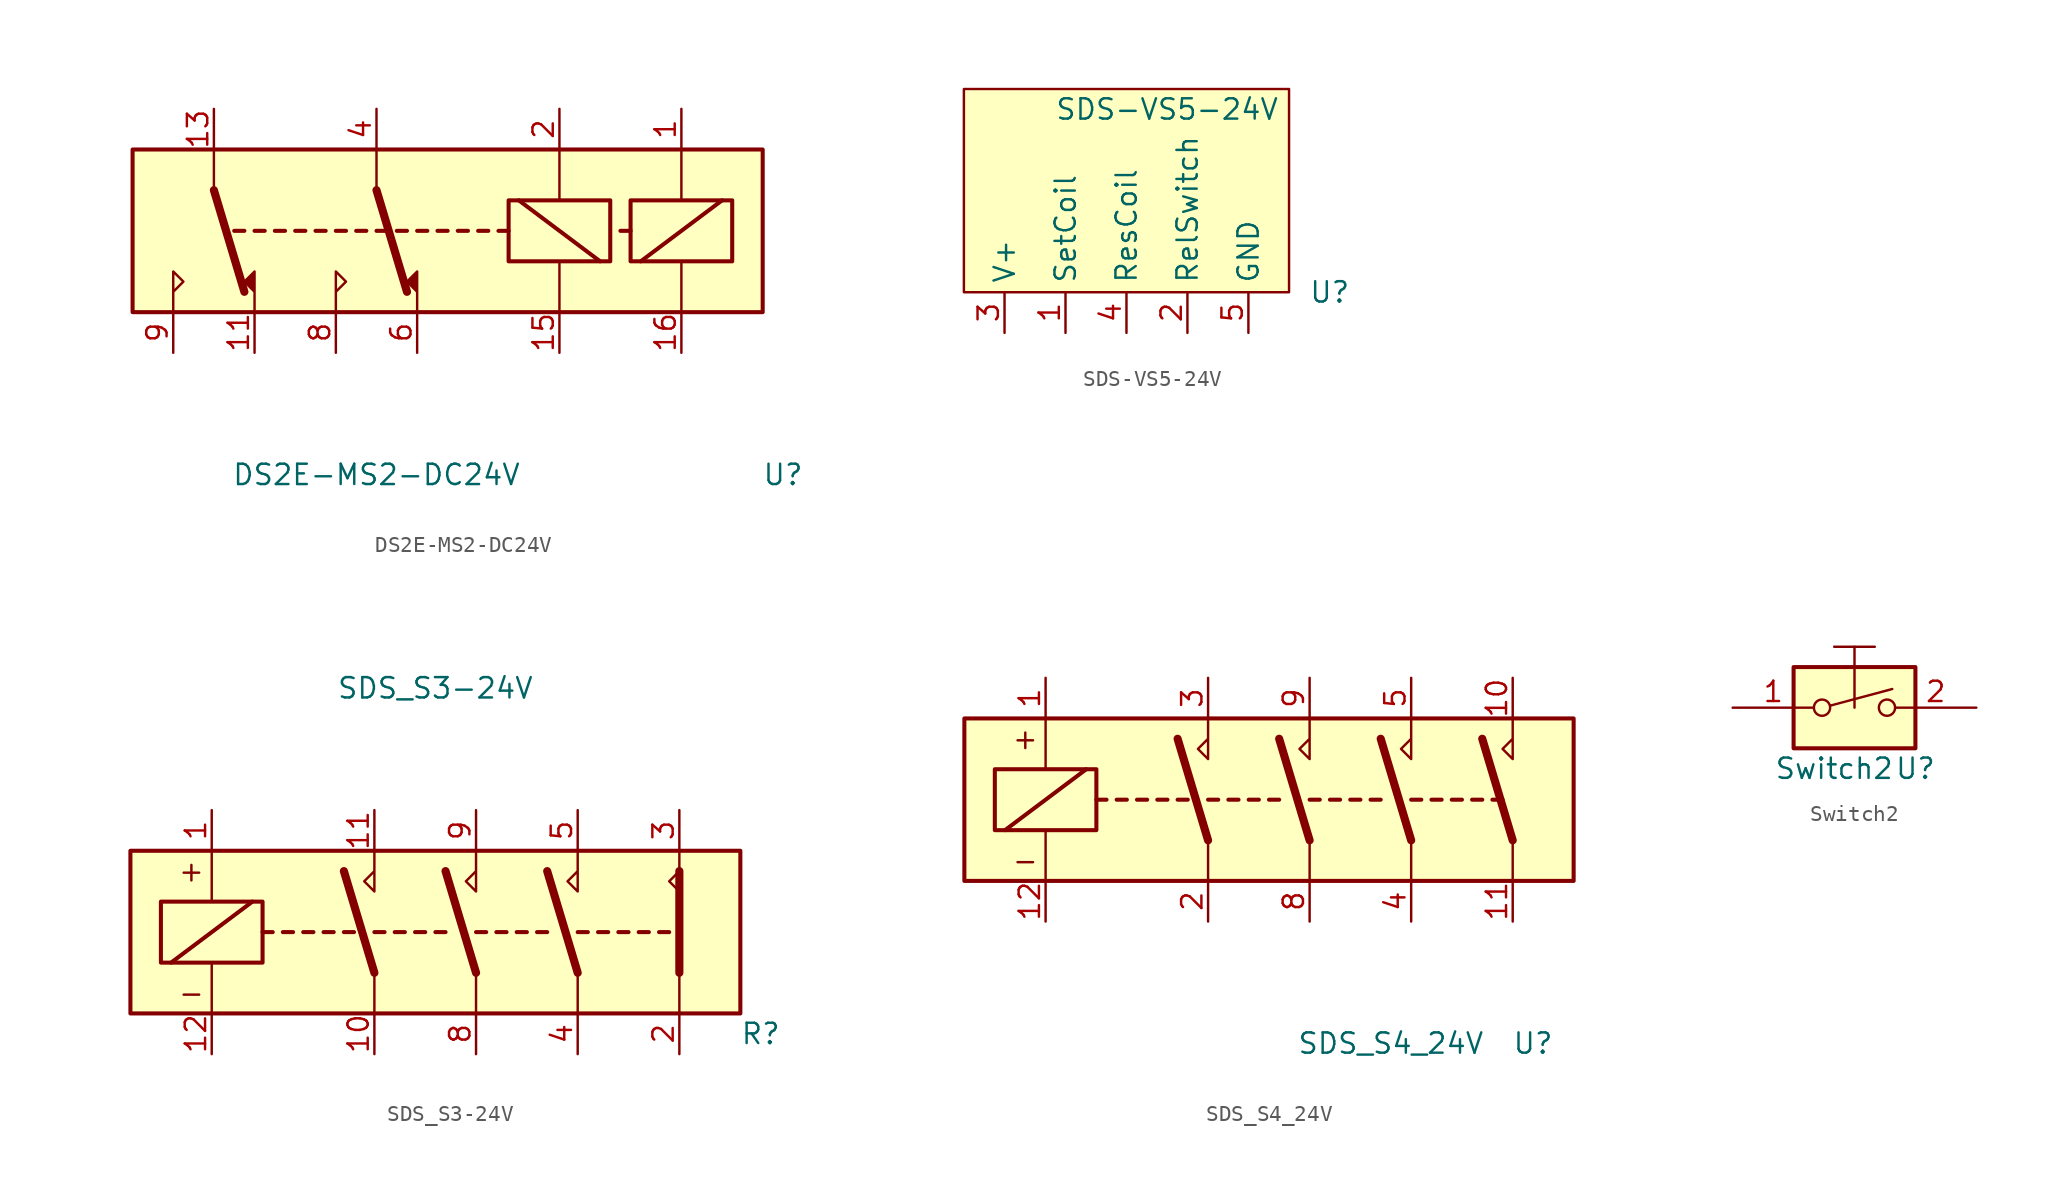
<source format=kicad_sym>
(kicad_symbol_lib
  (version 20211014)
  (generator kicad_symbol_editor)
  (symbol "DS2E-MS2-DC24V"
    (property "Reference" "U"
      (at 20.32 0 0)
      (effects (font (size 1.27 1.27))))
    (property "Value" "DS2E-MS2-DC24V"
      (at -5.08 0 0)
      (effects (font (size 1.27 1.27))))
    (symbol "DS2E-MS2-DC24V_1_1"
      (rectangle (start -20.32 20.32) (end 19.05 10.16) (stroke (width 0.254) (type default) (color 0 0 0 0)) (fill (type background)))
      (polyline (pts (xy -15.24 17.78) (xy -15.24 20.32)) (stroke (width 0) (type default) (color 0 0 0 0)) (fill (type none)))
      (polyline (pts (xy -15.24 17.78) (xy -13.335 11.43)) (stroke (width 0.508) (type default) (color 0 0 0 0)) (fill (type none)))
      (polyline (pts (xy -13.335 15.24) (xy -13.97 15.24)) (stroke (width 0.254) (type default) (color 0 0 0 0)) (fill (type none)))
      (polyline (pts (xy -12.065 15.24) (xy -12.7 15.24)) (stroke (width 0.254) (type default) (color 0 0 0 0)) (fill (type none)))
      (polyline (pts (xy -10.795 15.24) (xy -11.43 15.24)) (stroke (width 0.254) (type default) (color 0 0 0 0)) (fill (type none)))
      (polyline (pts (xy -9.525 15.24) (xy -10.16 15.24)) (stroke (width 0.254) (type default) (color 0 0 0 0)) (fill (type none)))
      (polyline (pts (xy -8.255 15.24) (xy -8.89 15.24)) (stroke (width 0.254) (type default) (color 0 0 0 0)) (fill (type none)))
      (polyline (pts (xy -6.985 15.24) (xy -7.62 15.24)) (stroke (width 0.254) (type default) (color 0 0 0 0)) (fill (type none)))
      (polyline (pts (xy -5.715 15.24) (xy -6.35 15.24)) (stroke (width 0.254) (type default) (color 0 0 0 0)) (fill (type none)))
      (polyline (pts (xy -5.08 17.78) (xy -5.08 20.32)) (stroke (width 0) (type default) (color 0 0 0 0)) (fill (type none)))
      (polyline (pts (xy -5.08 17.78) (xy -3.175 11.43)) (stroke (width 0.508) (type default) (color 0 0 0 0)) (fill (type none)))
      (polyline (pts (xy -4.445 15.24) (xy -5.08 15.24)) (stroke (width 0.254) (type default) (color 0 0 0 0)) (fill (type none)))
      (polyline (pts (xy -3.175 15.24) (xy -3.81 15.24)) (stroke (width 0.254) (type default) (color 0 0 0 0)) (fill (type none)))
      (polyline (pts (xy -1.905 15.24) (xy -2.54 15.24)) (stroke (width 0.254) (type default) (color 0 0 0 0)) (fill (type none)))
      (polyline (pts (xy -0.635 15.24) (xy -1.27 15.24)) (stroke (width 0.254) (type default) (color 0 0 0 0)) (fill (type none)))
      (polyline (pts (xy 0.635 15.24) (xy 0 15.24)) (stroke (width 0.254) (type default) (color 0 0 0 0)) (fill (type none)))
      (polyline (pts (xy 1.905 15.24) (xy 1.27 15.24)) (stroke (width 0.254) (type default) (color 0 0 0 0)) (fill (type none)))
      (polyline (pts (xy 3.175 15.24) (xy 2.54 15.24)) (stroke (width 0.254) (type default) (color 0 0 0 0)) (fill (type none)))
      (polyline (pts (xy 3.81 17.145) (xy 8.89 13.335)) (stroke (width 0.254) (type default) (color 0 0 0 0)) (fill (type none)))
      (polyline (pts (xy 6.35 10.16) (xy 6.35 13.335)) (stroke (width 0) (type default) (color 0 0 0 0)) (fill (type none)))
      (polyline (pts (xy 6.35 20.32) (xy 6.35 17.145)) (stroke (width 0) (type default) (color 0 0 0 0)) (fill (type none)))
      (polyline (pts (xy 10.795 15.24) (xy 10.16 15.24)) (stroke (width 0.254) (type default) (color 0 0 0 0)) (fill (type none)))
      (polyline (pts (xy 13.97 10.16) (xy 13.97 13.335)) (stroke (width 0) (type default) (color 0 0 0 0)) (fill (type none)))
      (polyline (pts (xy 13.97 20.32) (xy 13.97 17.145)) (stroke (width 0) (type default) (color 0 0 0 0)) (fill (type none)))
      (polyline (pts (xy 16.51 17.145) (xy 11.43 13.335)) (stroke (width 0.254) (type default) (color 0 0 0 0)) (fill (type none)))
      (polyline (pts (xy -17.78 10.16) (xy -17.78 12.7) (xy -17.145 12.065) (xy -17.78 11.43)) (stroke (width 0) (type default) (color 0 0 0 0)) (fill (type none)))
      (polyline (pts (xy -12.7 10.16) (xy -12.7 12.7) (xy -13.335 12.065) (xy -12.7 11.43)) (stroke (width 0) (type default) (color 0 0 0 0)) (fill (type outline)))
      (polyline (pts (xy -7.62 10.16) (xy -7.62 12.7) (xy -6.985 12.065) (xy -7.62 11.43)) (stroke (width 0) (type default) (color 0 0 0 0)) (fill (type none)))
      (polyline (pts (xy -2.54 10.16) (xy -2.54 12.7) (xy -3.175 12.065) (xy -2.54 11.43)) (stroke (width 0) (type default) (color 0 0 0 0)) (fill (type outline)))
      (rectangle (start 9.525 13.335) (end 3.175 17.145) (stroke (width 0.254) (type default) (color 0 0 0 0)) (fill (type none)))
      (rectangle (start 17.145 13.335) (end 10.795 17.145) (stroke (width 0.254) (type default) (color 0 0 0 0)) (fill (type none)))
      (pin passive line (at 13.97 22.86 270) (length 2.54) (name "~" (effects (font (size 1.27 1.27)))) (number "1" (effects (font (size 1.27 1.27)))))
      (pin passive line (at -12.7 7.62 90) (length 2.54) (name "~" (effects (font (size 1.27 1.27)))) (number "11" (effects (font (size 1.27 1.27)))))
      (pin passive line (at -15.24 22.86 270) (length 2.54) (name "" (effects (font (size 1.27 1.27)))) (number "13" (effects (font (size 1.27 1.27)))))
      (pin passive line (at 6.35 7.62 90) (length 2.54) (name "" (effects (font (size 1.27 1.27)))) (number "15" (effects (font (size 1.27 1.27)))))
      (pin passive line (at 13.97 7.62 90) (length 2.54) (name "" (effects (font (size 1.27 1.27)))) (number "16" (effects (font (size 1.27 1.27)))))
      (pin passive line (at 6.35 22.86 270) (length 2.54) (name "" (effects (font (size 1.27 1.27)))) (number "2" (effects (font (size 1.27 1.27)))))
      (pin passive line (at -5.08 22.86 270) (length 2.54) (name "~" (effects (font (size 1.27 1.27)))) (number "4" (effects (font (size 1.27 1.27)))))
      (pin passive line (at -2.54 7.62 90) (length 2.54) (name "" (effects (font (size 1.27 1.27)))) (number "6" (effects (font (size 1.27 1.27)))))
      (pin passive line (at -7.62 7.62 90) (length 2.54) (name "" (effects (font (size 1.27 1.27)))) (number "8" (effects (font (size 1.27 1.27)))))
      (pin passive line (at -17.78 7.62 90) (length 2.54) (name "" (effects (font (size 1.27 1.27)))) (number "9" (effects (font (size 1.27 1.27)))))))
  (symbol "SDS-VS5-24V"
    (property "Reference" "U"
      (at 12.7 -1.27 0)
      (effects (font (size 1.27 1.27))))
    (property "Value" "SDS-VS5-24V"
      (at 2.54 10.16 0)
      (effects (font (size 1.27 1.27))))
    (symbol "SDS-VS5-24V_0_1"
      (rectangle (start -10.16 11.43) (end 10.16 -1.27) (stroke (width 0) (type default) (color 0 0 0 0)) (fill (type background))))
    (symbol "SDS-VS5-24V_1_1"
      (pin passive line (at -3.81 -3.81 90) (length 2.54) (name "SetCoil" (effects (font (size 1.27 1.27)))) (number "1" (effects (font (size 1.27 1.27)))))
      (pin passive line (at 3.81 -3.81 90) (length 2.54) (name "RelSwitch" (effects (font (size 1.27 1.27)))) (number "2" (effects (font (size 1.27 1.27)))))
      (pin passive line (at -7.62 -3.81 90) (length 2.54) (name "V+" (effects (font (size 1.27 1.27)))) (number "3" (effects (font (size 1.27 1.27)))))
      (pin passive line (at 0 -3.81 90) (length 2.54) (name "ResCoil" (effects (font (size 1.27 1.27)))) (number "4" (effects (font (size 1.27 1.27)))))
      (pin passive line (at 7.62 -3.81 90) (length 2.54) (name "GND" (effects (font (size 1.27 1.27)))) (number "5" (effects (font (size 1.27 1.27)))))))
  (symbol "SDS_S3-24V"
    (property "Reference" "R"
      (at 27.94 -24.13 0)
      (effects (font (size 1.27 1.27))))
    (property "Value" "SDS_S3-24V"
      (at 7.62 -2.54 0)
      (effects (font (size 1.27 1.27))))
    (symbol "SDS_S3-24V_0_0"
      (polyline (pts (xy 3.81 -12.7) (xy 3.81 -15.24) (xy 3.175 -14.605) (xy 3.81 -13.97)) (stroke (width 0) (type default) (color 0 0 0 0)) (fill (type none)))
      (polyline (pts (xy 10.16 -12.7) (xy 10.16 -15.24) (xy 9.525 -14.605) (xy 10.16 -13.97)) (stroke (width 0) (type default) (color 0 0 0 0)) (fill (type none)))
      (polyline (pts (xy 16.51 -12.7) (xy 16.51 -15.24) (xy 15.875 -14.605) (xy 16.51 -13.97)) (stroke (width 0) (type default) (color 0 0 0 0)) (fill (type none)))
      (polyline (pts (xy 22.86 -12.7) (xy 22.86 -15.24) (xy 22.225 -14.605) (xy 22.86 -13.97)) (stroke (width 0) (type default) (color 0 0 0 0)) (fill (type none)))
      (text "+" (at -7.62 -13.97 0) (effects (font (size 1.27 1.27))))
      (text "-" (at -7.62 -21.59 0) (effects (font (size 1.27 1.27)))))
    (symbol "SDS_S3-24V_0_1"
      (rectangle (start -11.43 -12.7) (end 26.67 -22.86) (stroke (width 0.254) (type default) (color 0 0 0 0)) (fill (type background)))
      (rectangle (start -9.525 -15.875) (end -3.175 -19.685) (stroke (width 0.254) (type default) (color 0 0 0 0)) (fill (type none)))
      (polyline (pts (xy -8.89 -19.685) (xy -3.81 -15.875)) (stroke (width 0.254) (type default) (color 0 0 0 0)) (fill (type none)))
      (polyline (pts (xy -6.35 -22.86) (xy -6.35 -19.685)) (stroke (width 0) (type default) (color 0 0 0 0)) (fill (type none)))
      (polyline (pts (xy -6.35 -12.7) (xy -6.35 -15.875)) (stroke (width 0) (type default) (color 0 0 0 0)) (fill (type none)))
      (polyline (pts (xy -3.175 -17.78) (xy -2.54 -17.78)) (stroke (width 0.254) (type default) (color 0 0 0 0)) (fill (type none)))
      (polyline (pts (xy -1.905 -17.78) (xy -1.27 -17.78)) (stroke (width 0.254) (type default) (color 0 0 0 0)) (fill (type none)))
      (polyline (pts (xy -0.635 -17.78) (xy 0 -17.78)) (stroke (width 0.254) (type default) (color 0 0 0 0)) (fill (type none)))
      (polyline (pts (xy 0.635 -17.78) (xy 1.27 -17.78)) (stroke (width 0.254) (type default) (color 0 0 0 0)) (fill (type none)))
      (polyline (pts (xy 1.905 -17.78) (xy 2.54 -17.78)) (stroke (width 0.254) (type default) (color 0 0 0 0)) (fill (type none)))
      (polyline (pts (xy 3.81 -20.32) (xy 1.905 -13.97)) (stroke (width 0.508) (type default) (color 0 0 0 0)) (fill (type none)))
      (polyline (pts (xy 3.81 -20.32) (xy 3.81 -22.86)) (stroke (width 0) (type default) (color 0 0 0 0)) (fill (type none)))
      (polyline (pts (xy 3.81 -17.78) (xy 4.445 -17.78)) (stroke (width 0.254) (type default) (color 0 0 0 0)) (fill (type none)))
      (polyline (pts (xy 5.08 -17.78) (xy 5.715 -17.78)) (stroke (width 0.254) (type default) (color 0 0 0 0)) (fill (type none)))
      (polyline (pts (xy 6.35 -17.78) (xy 6.985 -17.78)) (stroke (width 0.254) (type default) (color 0 0 0 0)) (fill (type none)))
      (polyline (pts (xy 7.62 -17.78) (xy 8.255 -17.78)) (stroke (width 0.254) (type default) (color 0 0 0 0)) (fill (type none)))
      (polyline (pts (xy 10.16 -20.32) (xy 8.255 -13.97)) (stroke (width 0.508) (type default) (color 0 0 0 0)) (fill (type none)))
      (polyline (pts (xy 10.16 -20.32) (xy 10.16 -22.86)) (stroke (width 0) (type default) (color 0 0 0 0)) (fill (type none)))
      (polyline (pts (xy 10.16 -17.78) (xy 10.795 -17.78)) (stroke (width 0.254) (type default) (color 0 0 0 0)) (fill (type none)))
      (polyline (pts (xy 11.43 -17.78) (xy 12.065 -17.78)) (stroke (width 0.254) (type default) (color 0 0 0 0)) (fill (type none)))
      (polyline (pts (xy 12.7 -17.78) (xy 13.335 -17.78)) (stroke (width 0.254) (type default) (color 0 0 0 0)) (fill (type none)))
      (polyline (pts (xy 13.97 -17.78) (xy 14.605 -17.78)) (stroke (width 0.254) (type default) (color 0 0 0 0)) (fill (type none)))
      (polyline (pts (xy 16.51 -20.32) (xy 14.605 -13.97)) (stroke (width 0.508) (type default) (color 0 0 0 0)) (fill (type none)))
      (polyline (pts (xy 16.51 -20.32) (xy 16.51 -22.86)) (stroke (width 0) (type default) (color 0 0 0 0)) (fill (type none)))
      (polyline (pts (xy 16.51 -17.78) (xy 17.145 -17.78)) (stroke (width 0.254) (type default) (color 0 0 0 0)) (fill (type none)))
      (polyline (pts (xy 17.78 -17.78) (xy 18.415 -17.78)) (stroke (width 0.254) (type default) (color 0 0 0 0)) (fill (type none)))
      (polyline (pts (xy 19.05 -17.78) (xy 19.685 -17.78)) (stroke (width 0.254) (type default) (color 0 0 0 0)) (fill (type none)))
      (polyline (pts (xy 20.32 -17.78) (xy 20.955 -17.78)) (stroke (width 0.254) (type default) (color 0 0 0 0)) (fill (type none)))
      (polyline (pts (xy 21.59 -17.78) (xy 22.225 -17.78)) (stroke (width 0.254) (type default) (color 0 0 0 0)) (fill (type none)))
      (polyline (pts (xy 22.86 -20.32) (xy 22.86 -22.86)) (stroke (width 0) (type default) (color 0 0 0 0)) (fill (type none)))
      (polyline (pts (xy 22.86 -20.32) (xy 22.86 -13.97)) (stroke (width 0.508) (type default) (color 0 0 0 0)) (fill (type none))))
    (symbol "SDS_S3-24V_1_1"
      (pin passive line (at -6.35 -10.16 270) (length 2.54) (name "~" (effects (font (size 1.27 1.27)))) (number "1" (effects (font (size 1.27 1.27)))))
      (pin passive line (at 3.81 -25.4 90) (length 2.54) (name "" (effects (font (size 1.27 1.27)))) (number "10" (effects (font (size 1.27 1.27)))))
      (pin passive line (at 3.81 -10.16 270) (length 2.54) (name "" (effects (font (size 1.27 1.27)))) (number "11" (effects (font (size 1.27 1.27)))))
      (pin passive line (at -6.35 -25.4 90) (length 2.54) (name "~" (effects (font (size 1.27 1.27)))) (number "12" (effects (font (size 1.27 1.27)))))
      (pin passive line (at 22.86 -25.4 90) (length 2.54) (name "" (effects (font (size 1.27 1.27)))) (number "2" (effects (font (size 1.27 1.27)))))
      (pin passive line (at 22.86 -10.16 270) (length 2.54) (name "" (effects (font (size 1.27 1.27)))) (number "3" (effects (font (size 1.27 1.27)))))
      (pin passive line (at 16.51 -25.4 90) (length 2.54) (name "" (effects (font (size 1.27 1.27)))) (number "4" (effects (font (size 1.27 1.27)))))
      (pin passive line (at 16.51 -10.16 270) (length 2.54) (name "" (effects (font (size 1.27 1.27)))) (number "5" (effects (font (size 1.27 1.27)))))
      (pin passive line (at 10.16 -25.4 90) (length 2.54) (name "" (effects (font (size 1.27 1.27)))) (number "8" (effects (font (size 1.27 1.27)))))
      (pin passive line (at 10.16 -10.16 270) (length 2.54) (name "" (effects (font (size 1.27 1.27)))) (number "9" (effects (font (size 1.27 1.27)))))))
  (symbol "SDS_S4_24V"
    (property "Reference" "U"
      (at 21.59 0 0)
      (effects (font (size 1.27 1.27))))
    (property "Value" "SDS_S4_24V"
      (at 12.7 0 0)
      (effects (font (size 1.27 1.27))))
    (symbol "SDS_S4_24V_0_0"
      (polyline (pts (xy 1.27 20.32) (xy 1.27 17.78) (xy 0.635 18.415) (xy 1.27 19.05)) (stroke (width 0) (type default) (color 0 0 0 0)) (fill (type none)))
      (polyline (pts (xy 7.62 20.32) (xy 7.62 17.78) (xy 6.985 18.415) (xy 7.62 19.05)) (stroke (width 0) (type default) (color 0 0 0 0)) (fill (type none)))
      (polyline (pts (xy 13.97 20.32) (xy 13.97 17.78) (xy 13.335 18.415) (xy 13.97 19.05)) (stroke (width 0) (type default) (color 0 0 0 0)) (fill (type none)))
      (polyline (pts (xy 20.32 20.32) (xy 20.32 17.78) (xy 19.685 18.415) (xy 20.32 19.05)) (stroke (width 0) (type default) (color 0 0 0 0)) (fill (type none)))
      (text "+" (at -10.16 19.05 0) (effects (font (size 1.27 1.27))))
      (text "-" (at -10.16 11.43 0) (effects (font (size 1.27 1.27)))))
    (symbol "SDS_S4_24V_0_1"
      (rectangle (start -13.97 20.32) (end 24.13 10.16) (stroke (width 0.254) (type default) (color 0 0 0 0)) (fill (type background)))
      (rectangle (start -12.065 17.145) (end -5.715 13.335) (stroke (width 0.254) (type default) (color 0 0 0 0)) (fill (type none)))
      (polyline (pts (xy -11.43 13.335) (xy -6.35 17.145)) (stroke (width 0.254) (type default) (color 0 0 0 0)) (fill (type none)))
      (polyline (pts (xy -8.89 10.16) (xy -8.89 13.335)) (stroke (width 0) (type default) (color 0 0 0 0)) (fill (type none)))
      (polyline (pts (xy -8.89 20.32) (xy -8.89 17.145)) (stroke (width 0) (type default) (color 0 0 0 0)) (fill (type none)))
      (polyline (pts (xy -5.715 15.24) (xy -5.08 15.24)) (stroke (width 0.254) (type default) (color 0 0 0 0)) (fill (type none)))
      (polyline (pts (xy -4.445 15.24) (xy -3.81 15.24)) (stroke (width 0.254) (type default) (color 0 0 0 0)) (fill (type none)))
      (polyline (pts (xy -3.175 15.24) (xy -2.54 15.24)) (stroke (width 0.254) (type default) (color 0 0 0 0)) (fill (type none)))
      (polyline (pts (xy -1.905 15.24) (xy -1.27 15.24)) (stroke (width 0.254) (type default) (color 0 0 0 0)) (fill (type none)))
      (polyline (pts (xy -0.635 15.24) (xy 0 15.24)) (stroke (width 0.254) (type default) (color 0 0 0 0)) (fill (type none)))
      (polyline (pts (xy 1.27 12.7) (xy -0.635 19.05)) (stroke (width 0.508) (type default) (color 0 0 0 0)) (fill (type none)))
      (polyline (pts (xy 1.27 12.7) (xy 1.27 10.16)) (stroke (width 0) (type default) (color 0 0 0 0)) (fill (type none)))
      (polyline (pts (xy 1.27 15.24) (xy 1.905 15.24)) (stroke (width 0.254) (type default) (color 0 0 0 0)) (fill (type none)))
      (polyline (pts (xy 2.54 15.24) (xy 3.175 15.24)) (stroke (width 0.254) (type default) (color 0 0 0 0)) (fill (type none)))
      (polyline (pts (xy 3.81 15.24) (xy 4.445 15.24)) (stroke (width 0.254) (type default) (color 0 0 0 0)) (fill (type none)))
      (polyline (pts (xy 5.08 15.24) (xy 5.715 15.24)) (stroke (width 0.254) (type default) (color 0 0 0 0)) (fill (type none)))
      (polyline (pts (xy 7.62 12.7) (xy 5.715 19.05)) (stroke (width 0.508) (type default) (color 0 0 0 0)) (fill (type none)))
      (polyline (pts (xy 7.62 12.7) (xy 7.62 10.16)) (stroke (width 0) (type default) (color 0 0 0 0)) (fill (type none)))
      (polyline (pts (xy 7.62 15.24) (xy 8.255 15.24)) (stroke (width 0.254) (type default) (color 0 0 0 0)) (fill (type none)))
      (polyline (pts (xy 8.89 15.24) (xy 9.525 15.24)) (stroke (width 0.254) (type default) (color 0 0 0 0)) (fill (type none)))
      (polyline (pts (xy 10.16 15.24) (xy 10.795 15.24)) (stroke (width 0.254) (type default) (color 0 0 0 0)) (fill (type none)))
      (polyline (pts (xy 11.43 15.24) (xy 12.065 15.24)) (stroke (width 0.254) (type default) (color 0 0 0 0)) (fill (type none)))
      (polyline (pts (xy 13.97 12.7) (xy 12.065 19.05)) (stroke (width 0.508) (type default) (color 0 0 0 0)) (fill (type none)))
      (polyline (pts (xy 13.97 12.7) (xy 13.97 10.16)) (stroke (width 0) (type default) (color 0 0 0 0)) (fill (type none)))
      (polyline (pts (xy 13.97 15.24) (xy 14.605 15.24)) (stroke (width 0.254) (type default) (color 0 0 0 0)) (fill (type none)))
      (polyline (pts (xy 15.24 15.24) (xy 15.875 15.24)) (stroke (width 0.254) (type default) (color 0 0 0 0)) (fill (type none)))
      (polyline (pts (xy 16.51 15.24) (xy 17.145 15.24)) (stroke (width 0.254) (type default) (color 0 0 0 0)) (fill (type none)))
      (polyline (pts (xy 17.78 15.24) (xy 18.415 15.24)) (stroke (width 0.254) (type default) (color 0 0 0 0)) (fill (type none)))
      (polyline (pts (xy 19.05 15.24) (xy 19.685 15.24)) (stroke (width 0.254) (type default) (color 0 0 0 0)) (fill (type none)))
      (polyline (pts (xy 20.32 12.7) (xy 18.415 19.05)) (stroke (width 0.508) (type default) (color 0 0 0 0)) (fill (type none)))
      (polyline (pts (xy 20.32 12.7) (xy 20.32 10.16)) (stroke (width 0) (type default) (color 0 0 0 0)) (fill (type none))))
    (symbol "SDS_S4_24V_1_1"
      (pin passive line (at -8.89 22.86 270) (length 2.54) (name "~" (effects (font (size 1.27 1.27)))) (number "1" (effects (font (size 1.27 1.27)))))
      (pin passive line (at 20.32 22.86 270) (length 2.54) (name "" (effects (font (size 1.27 1.27)))) (number "10" (effects (font (size 1.27 1.27)))))
      (pin passive line (at 20.32 7.62 90) (length 2.54) (name "" (effects (font (size 1.27 1.27)))) (number "11" (effects (font (size 1.27 1.27)))))
      (pin passive line (at -8.89 7.62 90) (length 2.54) (name "~" (effects (font (size 1.27 1.27)))) (number "12" (effects (font (size 1.27 1.27)))))
      (pin passive line (at 1.27 7.62 90) (length 2.54) (name "" (effects (font (size 1.27 1.27)))) (number "2" (effects (font (size 1.27 1.27)))))
      (pin passive line (at 1.27 22.86 270) (length 2.54) (name "" (effects (font (size 1.27 1.27)))) (number "3" (effects (font (size 1.27 1.27)))))
      (pin passive line (at 13.97 7.62 90) (length 2.54) (name "" (effects (font (size 1.27 1.27)))) (number "4" (effects (font (size 1.27 1.27)))))
      (pin passive line (at 13.97 22.86 270) (length 2.54) (name "" (effects (font (size 1.27 1.27)))) (number "5" (effects (font (size 1.27 1.27)))))
      (pin passive line (at 7.62 7.62 90) (length 2.54) (name "" (effects (font (size 1.27 1.27)))) (number "8" (effects (font (size 1.27 1.27)))))
      (pin passive line (at 7.62 22.86 270) (length 2.54) (name "" (effects (font (size 1.27 1.27)))) (number "9" (effects (font (size 1.27 1.27)))))))
  (symbol "Switch2"
    (property "Reference" "U"
      (at 3.81 3.81 0)
      (effects (font (size 1.27 1.27))))
    (property "Value" "Switch2"
      (at -1.27 3.81 0)
      (effects (font (size 1.27 1.27))))
    (symbol "Switch2_0_0"
      (circle (center -2.032 7.62) (radius 0.508) (stroke (width 0) (type default) (color 0 0 0 0)) (fill (type none)))
      (polyline (pts (xy -1.524 7.747) (xy 2.362 8.788)) (stroke (width 0) (type default) (color 0 0 0 0)) (fill (type none)))
      (circle (center 2.032 7.62) (radius 0.508) (stroke (width 0) (type default) (color 0 0 0 0)) (fill (type none))))
    (symbol "Switch2_0_1"
      (rectangle (start -3.81 10.16) (end 3.81 5.08) (stroke (width 0.254) (type default) (color 0 0 0 0)) (fill (type background)))
      (polyline (pts (xy 0 7.62) (xy 0 11.43)) (stroke (width 0) (type default) (color 0 0 0 0)) (fill (type none)))
      (polyline (pts (xy 1.27 11.43) (xy -1.27 11.43)) (stroke (width 0) (type default) (color 0 0 0 0)) (fill (type none))))
    (symbol "Switch2_1_1"
      (pin passive line (at -7.62 7.62 0) (length 5.08) (name "~" (effects (font (size 1.27 1.27)))) (number "1" (effects (font (size 1.27 1.27)))))
      (pin passive line (at 7.62 7.62 180) (length 5.08) (name "" (effects (font (size 1.27 1.27)))) (number "2" (effects (font (size 1.27 1.27))))))))
</source>
